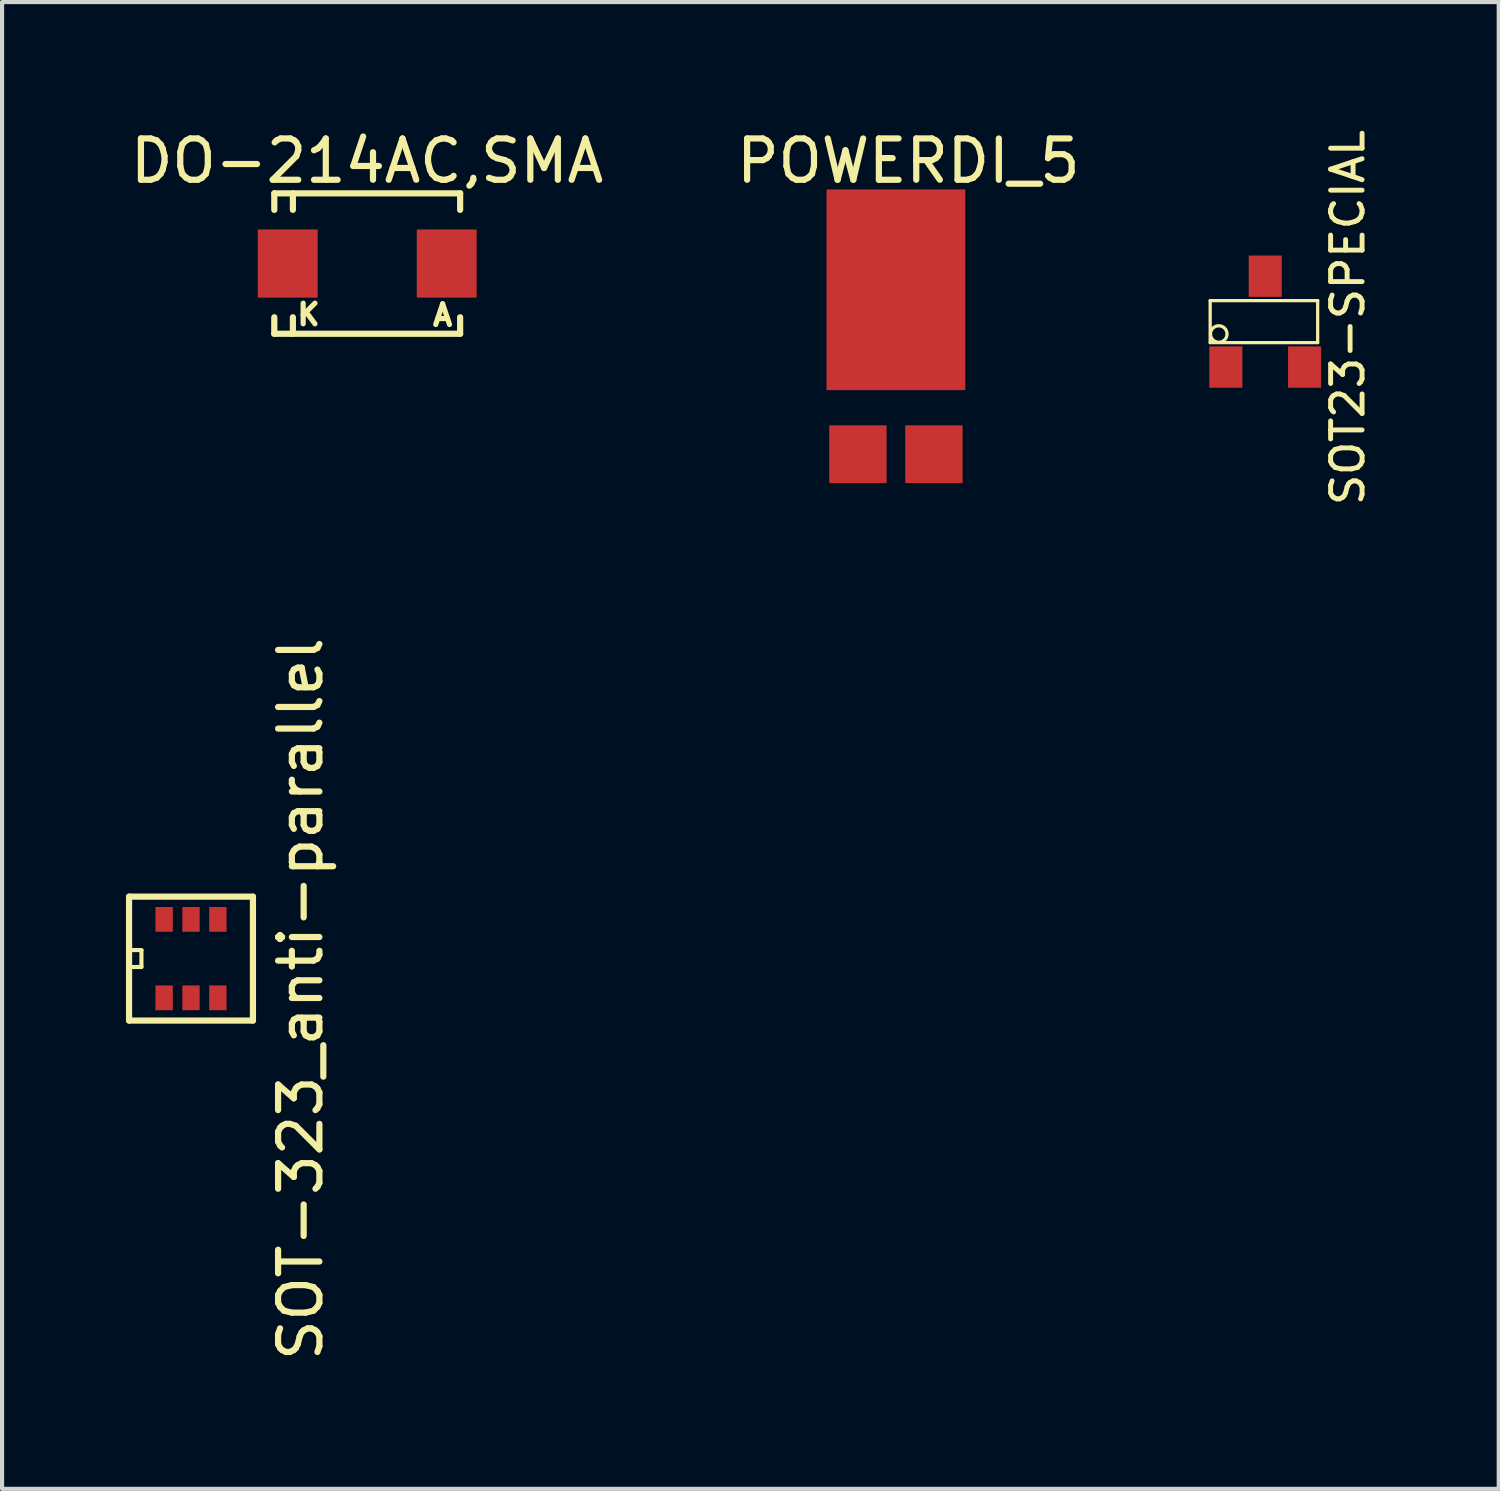
<source format=kicad_pcb>
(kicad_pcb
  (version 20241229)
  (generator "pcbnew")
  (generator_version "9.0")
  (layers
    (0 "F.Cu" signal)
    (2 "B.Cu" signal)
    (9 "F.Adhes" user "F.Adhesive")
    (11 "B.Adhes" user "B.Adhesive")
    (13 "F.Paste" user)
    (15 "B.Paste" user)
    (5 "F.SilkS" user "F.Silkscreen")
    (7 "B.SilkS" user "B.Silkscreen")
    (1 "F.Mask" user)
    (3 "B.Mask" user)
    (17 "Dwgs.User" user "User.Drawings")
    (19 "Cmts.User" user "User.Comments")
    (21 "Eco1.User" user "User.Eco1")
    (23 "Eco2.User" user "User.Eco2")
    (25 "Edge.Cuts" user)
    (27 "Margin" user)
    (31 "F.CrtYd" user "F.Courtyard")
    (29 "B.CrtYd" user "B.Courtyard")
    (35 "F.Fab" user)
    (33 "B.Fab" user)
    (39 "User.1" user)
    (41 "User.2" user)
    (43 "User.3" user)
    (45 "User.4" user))
  (footprint "SOT23-SPECIAL"
    (layer "F.Cu")
    (at 27.587 4.738)
    (property "Reference" "SOT23-SPECIAL" (at 1.999 -0.099 90) (layer "F.SilkS") (effects (font (size 0.762 0.762) (thickness 0.119))))
    (attr smd)
    (fp_line (start -1.333 -0.508) (end -1.333 0.508) (stroke (width 0.079) (type solid)) (layer "F.SilkS"))
    (fp_line (start -1.333 -0.508) (end 1.27 -0.508) (stroke (width 0.079) (type solid)) (layer "F.SilkS"))
    (fp_line (start 1.27 -0.508) (end 1.27 0.508) (stroke (width 0.079) (type solid)) (layer "F.SilkS"))
    (fp_line (start 1.27 0.508) (end -1.333 0.508) (stroke (width 0.079) (type solid)) (layer "F.SilkS"))
    (fp_circle (center -1.125 0.3) (end -1.125 0.5) (stroke (width 0.079) (type solid)) (fill no) (layer "F.SilkS"))
    (pad "1" smd rect (at -0.953 1.1) (size 0.8 1.001) (layers "F.Cu" "F.Mask" "F.Paste"))
    (pad "2" smd rect (at 0 -1.1) (size 0.8 1.001) (layers "F.Cu" "F.Mask" "F.Paste"))
    (pad "3" smd rect (at 0.953 1.1) (size 0.8 1.001) (layers "F.Cu" "F.Mask" "F.Paste")))
  (footprint "DO-214AC,SMA"
    (layer "F.Cu")
    (at 5.842 3.332)
    (property "Reference" "DO-214AC,SMA" (at -0.003 -2.484 0) (layer "F.SilkS") (effects (font (size 1 1) (thickness 0.15))))
    (attr through_hole)
    (fp_line (start -2.25 -1.7) (end -2.25 -1.3) (stroke (width 0.15) (type solid)) (layer "F.SilkS"))
    (fp_line (start -2.25 -1.7) (end 2.25 -1.7) (stroke (width 0.15) (type solid)) (layer "F.SilkS"))
    (fp_line (start -2.25 1.3) (end -2.25 1.7) (stroke (width 0.15) (type solid)) (layer "F.SilkS"))
    (fp_line (start -2.25 1.7) (end 2.25 1.7) (stroke (width 0.15) (type solid)) (layer "F.SilkS"))
    (fp_line (start -1.8 -1.7) (end -1.8 -1.3) (stroke (width 0.15) (type solid)) (layer "F.SilkS"))
    (fp_line (start -1.8 1.3) (end -1.8 1.7) (stroke (width 0.15) (type solid)) (layer "F.SilkS"))
    (fp_line (start 2.25 -1.7) (end 2.25 -1.3) (stroke (width 0.15) (type solid)) (layer "F.SilkS"))
    (fp_line (start 2.25 1.3) (end 2.25 1.7) (stroke (width 0.15) (type solid)) (layer "F.SilkS"))
    (fp_text user "K" (at -1.42 1.234 0) (layer "F.SilkS") (effects (font (size 0.5 0.5) (thickness 0.125))))
    (fp_text user "A" (at 1.826 1.25 0) (layer "F.SilkS") (effects (font (size 0.5 0.5) (thickness 0.125))))
    (pad "1" smd rect (at -1.925 0) (size 1.45 1.65) (layers "F.Cu" "F.Mask" "F.Paste"))
    (pad "2" smd rect (at 1.925 0) (size 1.45 1.65) (layers "F.Cu" "F.Mask" "F.Paste")))
  (footprint "POWERDI_5"
    (layer "F.Cu")
    (at 18.644 3.967)
    (property "Reference" "POWERDI_5" (at 0.302 -3.119 0) (layer "F.SilkS") (effects (font (size 1 1) (thickness 0.15))))
    (attr through_hole)
    (pad "1" smd rect (at -0.92 3.982) (size 1.39 1.4) (layers "F.Cu" "F.Mask" "F.Paste"))
    (pad "1" smd rect (at 0.92 3.982) (size 1.39 1.4) (layers "F.Cu" "F.Mask" "F.Paste"))
    (pad "2" smd rect (at 0 0) (size 3.36 4.86) (layers "F.Cu" "F.Mask" "F.Paste")))
  (footprint "SOT-323_anti-parallel"
    (layer "F.Cu")
    (at 1.575 20.162)
    (property "Reference" "SOT-323_anti-parallel" (at 2.654 0.978 90) (layer "F.SilkS") (effects (font (size 1 1) (thickness 0.15))))
    (attr through_hole)
    (fp_line (start -1.5 -1.5) (end -1.5 1.5) (stroke (width 0.15) (type solid)) (layer "F.SilkS"))
    (fp_line (start -1.5 -1.5) (end 1.5 -1.5) (stroke (width 0.15) (type solid)) (layer "F.SilkS"))
    (fp_line (start -1.201 0.203) (end -1.499 0.203) (stroke (width 0.1) (type solid)) (layer "F.SilkS"))
    (fp_line (start -1.2 -0.2) (end -1.2 0.2) (stroke (width 0.1) (type solid)) (layer "F.SilkS"))
    (fp_line (start -1.199 -0.206) (end -1.499 -0.206) (stroke (width 0.1) (type solid)) (layer "F.SilkS"))
    (fp_line (start 1.5 -1.5) (end 1.5 1.5) (stroke (width 0.15) (type solid)) (layer "F.SilkS"))
    (fp_line (start 1.5 1.5) (end -1.5 1.5) (stroke (width 0.15) (type solid)) (layer "F.SilkS"))
    (pad "1" smd rect (at -0.65 0.95) (size 0.42 0.6) (layers "F.Cu" "F.Mask" "F.Paste"))
    (pad "2" smd rect (at -0.65 -0.95) (size 0.42 0.6) (layers "F.Cu" "F.Mask" "F.Paste"))
    (pad "3" smd rect (at 0 0.95) (size 0.42 0.6) (layers "F.Cu" "F.Mask" "F.Paste"))
    (pad "4" smd rect (at 0 -0.95) (size 0.42 0.6) (layers "F.Cu" "F.Mask" "F.Paste"))
    (pad "5" smd rect (at 0.65 -0.95) (size 0.42 0.6) (layers "F.Cu" "F.Mask" "F.Paste"))
    (pad "6" smd rect (at 0.65 0.95) (size 0.42 0.6) (layers "F.Cu" "F.Mask" "F.Paste")))
  (gr_rect
    (start -3 -3)
    (end 33.241 33.003)
    (stroke (width 0.1) (type default))
    (fill no)
    (layer "Edge.Cuts")))
</source>
